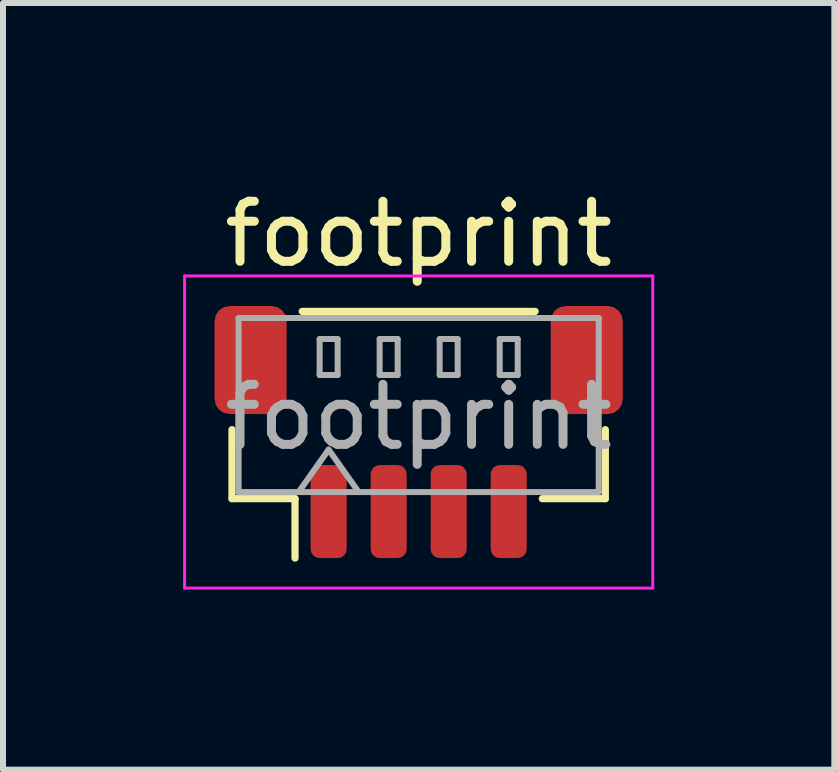
<source format=kicad_pcb>
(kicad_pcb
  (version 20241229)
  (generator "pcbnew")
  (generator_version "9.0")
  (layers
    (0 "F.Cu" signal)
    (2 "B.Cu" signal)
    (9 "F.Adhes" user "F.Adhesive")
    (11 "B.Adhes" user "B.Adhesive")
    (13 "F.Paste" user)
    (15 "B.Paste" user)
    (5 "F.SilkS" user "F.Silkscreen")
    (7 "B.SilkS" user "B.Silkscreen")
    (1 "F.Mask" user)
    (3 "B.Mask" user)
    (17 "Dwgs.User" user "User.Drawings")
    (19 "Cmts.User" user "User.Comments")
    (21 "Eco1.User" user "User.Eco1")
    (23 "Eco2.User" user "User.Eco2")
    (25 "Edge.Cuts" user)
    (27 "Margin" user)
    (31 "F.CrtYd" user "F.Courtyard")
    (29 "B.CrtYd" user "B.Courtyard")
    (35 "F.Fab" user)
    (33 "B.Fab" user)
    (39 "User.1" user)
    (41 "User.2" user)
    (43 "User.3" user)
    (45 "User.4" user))
  (footprint "footprint"
    (layer "F.Cu")
    (at 3.925 4.148)
    (property "Reference" "footprint" (at 0 -3.3 0) (layer "F.SilkS") (effects (font (size 1 1) (thickness 0.15))))
    (attr smd)
    (fp_line (start -3.11 -0.04) (end -3.11 1.11) (stroke (width 0.12) (type solid)) (layer "F.SilkS"))
    (fp_line (start -3.11 1.11) (end -2.06 1.11) (stroke (width 0.12) (type solid)) (layer "F.SilkS"))
    (fp_line (start -2.06 1.11) (end -2.06 2.1) (stroke (width 0.12) (type solid)) (layer "F.SilkS"))
    (fp_line (start -1.94 -2.01) (end 1.94 -2.01) (stroke (width 0.12) (type solid)) (layer "F.SilkS"))
    (fp_line (start 3.11 -0.04) (end 3.11 1.11) (stroke (width 0.12) (type solid)) (layer "F.SilkS"))
    (fp_line (start 3.11 1.11) (end 2.06 1.11) (stroke (width 0.12) (type solid)) (layer "F.SilkS"))
    (fp_line (start -3.9 -2.6) (end -3.9 2.6) (stroke (width 0.05) (type solid)) (layer "F.CrtYd"))
    (fp_line (start -3.9 2.6) (end 3.9 2.6) (stroke (width 0.05) (type solid)) (layer "F.CrtYd"))
    (fp_line (start 3.9 -2.6) (end -3.9 -2.6) (stroke (width 0.05) (type solid)) (layer "F.CrtYd"))
    (fp_line (start 3.9 2.6) (end 3.9 -2.6) (stroke (width 0.05) (type solid)) (layer "F.CrtYd"))
    (fp_line (start -3 -1.9) (end 3 -1.9) (stroke (width 0.1) (type solid)) (layer "F.Fab"))
    (fp_line (start -3 1) (end -3 -1.9) (stroke (width 0.1) (type solid)) (layer "F.Fab"))
    (fp_line (start -3 1) (end 3 1) (stroke (width 0.1) (type solid)) (layer "F.Fab"))
    (fp_line (start -2 1) (end -1.5 0.293) (stroke (width 0.1) (type solid)) (layer "F.Fab"))
    (fp_line (start -1.65 -1.55) (end -1.65 -0.95) (stroke (width 0.1) (type solid)) (layer "F.Fab"))
    (fp_line (start -1.65 -0.95) (end -1.35 -0.95) (stroke (width 0.1) (type solid)) (layer "F.Fab"))
    (fp_line (start -1.5 0.293) (end -1 1) (stroke (width 0.1) (type solid)) (layer "F.Fab"))
    (fp_line (start -1.35 -1.55) (end -1.65 -1.55) (stroke (width 0.1) (type solid)) (layer "F.Fab"))
    (fp_line (start -1.35 -0.95) (end -1.35 -1.55) (stroke (width 0.1) (type solid)) (layer "F.Fab"))
    (fp_line (start -0.65 -1.55) (end -0.65 -0.95) (stroke (width 0.1) (type solid)) (layer "F.Fab"))
    (fp_line (start -0.65 -0.95) (end -0.35 -0.95) (stroke (width 0.1) (type solid)) (layer "F.Fab"))
    (fp_line (start -0.35 -1.55) (end -0.65 -1.55) (stroke (width 0.1) (type solid)) (layer "F.Fab"))
    (fp_line (start -0.35 -0.95) (end -0.35 -1.55) (stroke (width 0.1) (type solid)) (layer "F.Fab"))
    (fp_line (start 0.35 -1.55) (end 0.35 -0.95) (stroke (width 0.1) (type solid)) (layer "F.Fab"))
    (fp_line (start 0.35 -0.95) (end 0.65 -0.95) (stroke (width 0.1) (type solid)) (layer "F.Fab"))
    (fp_line (start 0.65 -1.55) (end 0.35 -1.55) (stroke (width 0.1) (type solid)) (layer "F.Fab"))
    (fp_line (start 0.65 -0.95) (end 0.65 -1.55) (stroke (width 0.1) (type solid)) (layer "F.Fab"))
    (fp_line (start 1.35 -1.55) (end 1.35 -0.95) (stroke (width 0.1) (type solid)) (layer "F.Fab"))
    (fp_line (start 1.35 -0.95) (end 1.65 -0.95) (stroke (width 0.1) (type solid)) (layer "F.Fab"))
    (fp_line (start 1.65 -1.55) (end 1.35 -1.55) (stroke (width 0.1) (type solid)) (layer "F.Fab"))
    (fp_line (start 1.65 -0.95) (end 1.65 -1.55) (stroke (width 0.1) (type solid)) (layer "F.Fab"))
    (fp_line (start 3 1) (end 3 -1.9) (stroke (width 0.1) (type solid)) (layer "F.Fab"))
    (fp_text user "${REFERENCE}" (at 0 -0.25 0) (layer "F.Fab") (effects (font (size 1 1) (thickness 0.15))))
    (pad "1" smd roundrect (at -1.5 1.325) (size 0.6 1.55) (layers "F.Cu" "F.Mask" "F.Paste") (roundrect_rratio 0.25))
    (pad "2" smd roundrect (at -0.5 1.325) (size 0.6 1.55) (layers "F.Cu" "F.Mask" "F.Paste") (roundrect_rratio 0.25))
    (pad "3" smd roundrect (at 0.5 1.325) (size 0.6 1.55) (layers "F.Cu" "F.Mask" "F.Paste") (roundrect_rratio 0.25))
    (pad "4" smd roundrect (at 1.5 1.325) (size 0.6 1.55) (layers "F.Cu" "F.Mask" "F.Paste") (roundrect_rratio 0.25))
    (pad "MP" smd roundrect (at -2.8 -1.2) (size 1.2 1.8) (layers "F.Cu" "F.Mask" "F.Paste") (roundrect_rratio 0.208))
    (pad "MP" smd roundrect (at 2.8 -1.2) (size 1.2 1.8) (layers "F.Cu" "F.Mask" "F.Paste") (roundrect_rratio 0.208)))
  (gr_rect
    (start -3 -3)
    (end 10.85 9.773)
    (stroke (width 0.1) (type default))
    (fill no)
    (layer "Edge.Cuts")))
</source>
